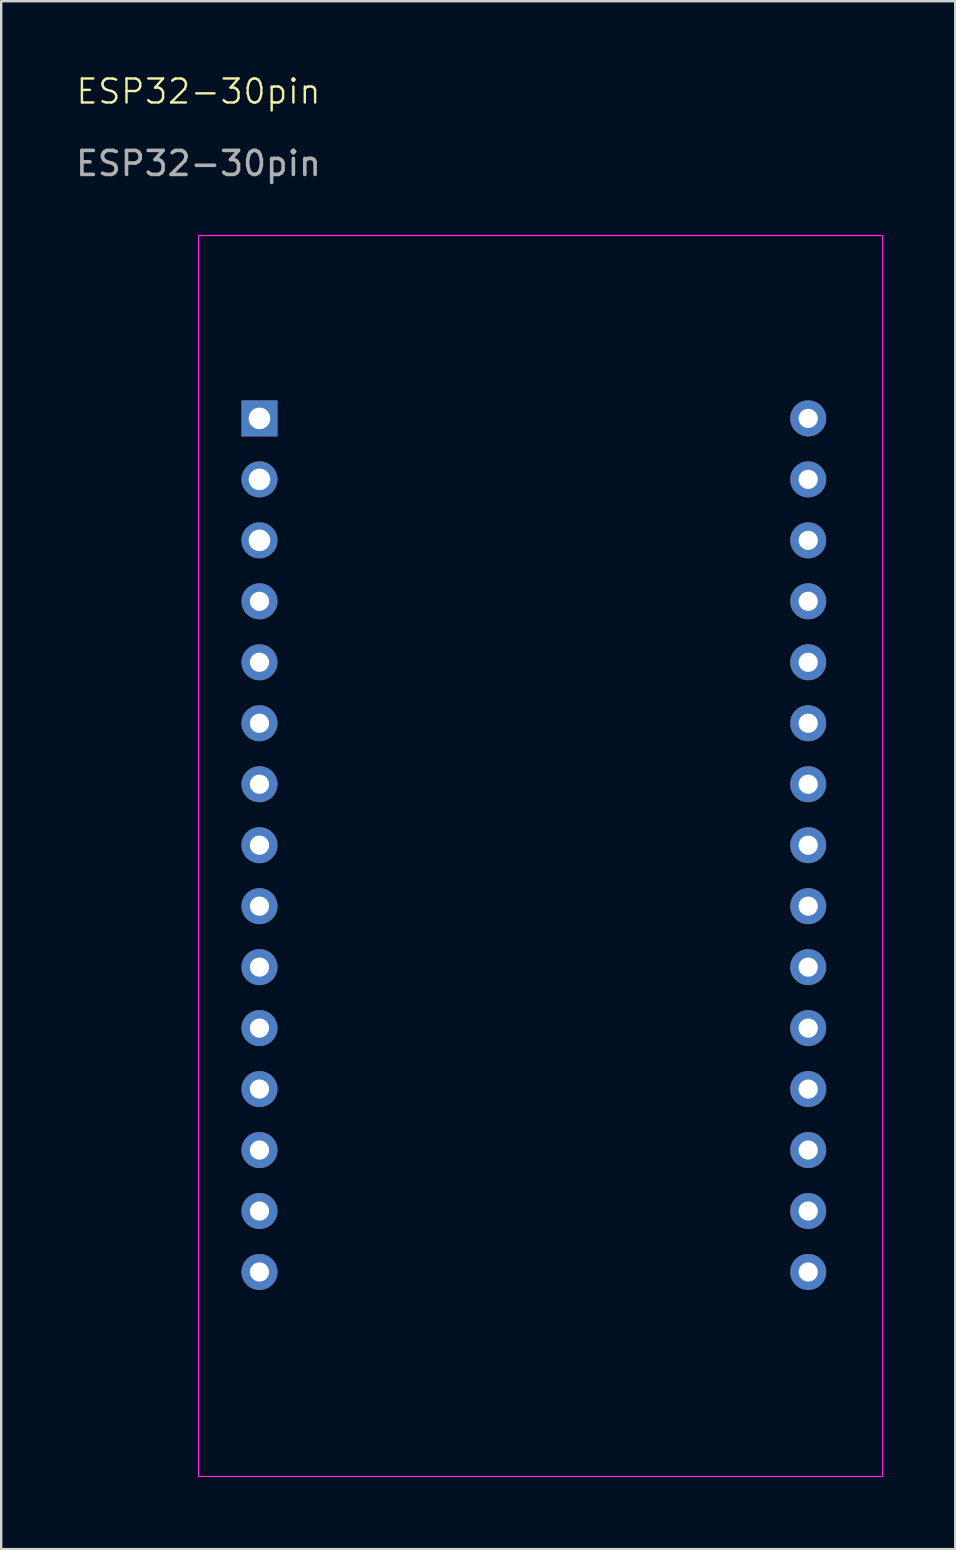
<source format=kicad_pcb>
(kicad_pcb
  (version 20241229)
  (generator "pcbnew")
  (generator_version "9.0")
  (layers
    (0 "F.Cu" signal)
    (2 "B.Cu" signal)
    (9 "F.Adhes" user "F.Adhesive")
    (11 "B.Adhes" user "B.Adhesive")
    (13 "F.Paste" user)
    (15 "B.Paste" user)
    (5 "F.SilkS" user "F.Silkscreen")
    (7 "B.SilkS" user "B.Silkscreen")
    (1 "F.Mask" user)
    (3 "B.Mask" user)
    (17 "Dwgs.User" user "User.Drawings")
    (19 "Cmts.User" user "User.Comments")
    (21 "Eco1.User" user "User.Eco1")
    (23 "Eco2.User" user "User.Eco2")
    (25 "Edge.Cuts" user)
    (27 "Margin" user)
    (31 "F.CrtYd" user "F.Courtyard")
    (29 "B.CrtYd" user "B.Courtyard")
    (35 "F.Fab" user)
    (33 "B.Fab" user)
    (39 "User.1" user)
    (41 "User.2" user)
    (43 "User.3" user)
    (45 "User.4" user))
  (footprint "ESP32-30pin"
    (layer "F.Cu")
    (at 5.22 6.761)
    (property "Reference" "ESP32-30pin" (at 0 -6 0) (unlocked yes) (layer "F.SilkS") (effects (font (size 1 1) (thickness 0.1))))
    (attr through_hole)
    (fp_rect (start 0 0) (end 28.5 51.7) (stroke (width 0.05) (type default)) (fill no) (layer "F.CrtYd"))
    (fp_text user "${REFERENCE}" (at 0 -3 0) (unlocked yes) (layer "F.Fab") (effects (font (size 1 1) (thickness 0.15))))
    (pad "1" thru_hole rect (at 2.54 7.62) (size 1.5 1.5) (drill 0.9) (layers "*.Cu" "*.Mask") (remove_unused_layers yes) (keep_end_layers yes) (zone_layer_connections))
    (pad "2" thru_hole circle (at 2.54 10.16) (size 1.5 1.5) (drill 0.9) (layers "*.Cu" "*.Mask") (remove_unused_layers yes) (keep_end_layers yes) (zone_layer_connections))
    (pad "3" thru_hole circle (at 2.54 12.7) (size 1.5 1.5) (drill 0.9) (layers "*.Cu" "*.Mask") (remove_unused_layers yes) (keep_end_layers yes) (zone_layer_connections))
    (pad "4" thru_hole circle (at 2.54 15.24) (size 1.5 1.5) (drill 0.8) (layers "*.Cu" "*.Mask"))
    (pad "5" thru_hole circle (at 2.54 17.78) (size 1.5 1.5) (drill 0.8) (layers "*.Cu" "*.Mask"))
    (pad "6" thru_hole circle (at 2.54 20.32) (size 1.5 1.5) (drill 0.8) (layers "*.Cu" "*.Mask"))
    (pad "7" thru_hole circle (at 2.54 22.86) (size 1.5 1.5) (drill 0.8) (layers "*.Cu" "*.Mask"))
    (pad "8" thru_hole circle (at 2.54 25.4) (size 1.5 1.5) (drill 0.8) (layers "*.Cu" "*.Mask"))
    (pad "9" thru_hole circle (at 2.54 27.94) (size 1.5 1.5) (drill 0.8) (layers "*.Cu" "*.Mask"))
    (pad "10" thru_hole circle (at 2.54 30.48) (size 1.5 1.5) (drill 0.8) (layers "*.Cu" "*.Mask"))
    (pad "11" thru_hole circle (at 2.54 33.02) (size 1.5 1.5) (drill 0.8) (layers "*.Cu" "*.Mask"))
    (pad "12" thru_hole circle (at 2.54 35.56) (size 1.5 1.5) (drill 0.8) (layers "*.Cu" "*.Mask"))
    (pad "13" thru_hole circle (at 2.54 38.1) (size 1.5 1.5) (drill 0.8) (layers "*.Cu" "*.Mask"))
    (pad "14" thru_hole circle (at 2.54 40.64) (size 1.5 1.5) (drill 0.8) (layers "*.Cu" "*.Mask"))
    (pad "15" thru_hole circle (at 2.54 43.18) (size 1.5 1.5) (drill 0.8) (layers "*.Cu" "*.Mask"))
    (pad "16" thru_hole circle (at 25.4 43.18) (size 1.5 1.5) (drill 0.8) (layers "*.Cu" "*.Mask"))
    (pad "17" thru_hole circle (at 25.4 40.64) (size 1.5 1.5) (drill 0.8) (layers "*.Cu" "*.Mask"))
    (pad "18" thru_hole circle (at 25.4 38.1) (size 1.5 1.5) (drill 0.8) (layers "*.Cu" "*.Mask"))
    (pad "19" thru_hole circle (at 25.4 35.56) (size 1.5 1.5) (drill 0.8) (layers "*.Cu" "*.Mask"))
    (pad "20" thru_hole circle (at 25.4 33.02) (size 1.5 1.5) (drill 0.8) (layers "*.Cu" "*.Mask"))
    (pad "21" thru_hole circle (at 25.4 30.48) (size 1.5 1.5) (drill 0.8) (layers "*.Cu" "*.Mask"))
    (pad "22" thru_hole circle (at 25.4 27.94) (size 1.5 1.5) (drill 0.8) (layers "*.Cu" "*.Mask"))
    (pad "23" thru_hole circle (at 25.4 25.4) (size 1.5 1.5) (drill 0.8) (layers "*.Cu" "*.Mask"))
    (pad "24" thru_hole circle (at 25.4 22.86) (size 1.5 1.5) (drill 0.8) (layers "*.Cu" "*.Mask"))
    (pad "25" thru_hole circle (at 25.4 20.32) (size 1.5 1.5) (drill 0.8) (layers "*.Cu" "*.Mask"))
    (pad "26" thru_hole circle (at 25.4 17.78) (size 1.5 1.5) (drill 0.8) (layers "*.Cu" "*.Mask"))
    (pad "27" thru_hole circle (at 25.4 15.24) (size 1.5 1.5) (drill 0.8) (layers "*.Cu" "*.Mask"))
    (pad "28" thru_hole circle (at 25.4 12.7) (size 1.5 1.5) (drill 0.8) (layers "*.Cu" "*.Mask"))
    (pad "29" thru_hole circle (at 25.4 10.16) (size 1.5 1.5) (drill 0.8) (layers "*.Cu" "*.Mask"))
    (pad "30" thru_hole circle (at 25.4 7.62) (size 1.5 1.5) (drill 0.8) (layers "*.Cu" "*.Mask")))
  (gr_rect
    (start -3 -3)
    (end 36.745 61.486)
    (stroke (width 0.1) (type default))
    (fill no)
    (layer "Edge.Cuts")))
</source>
